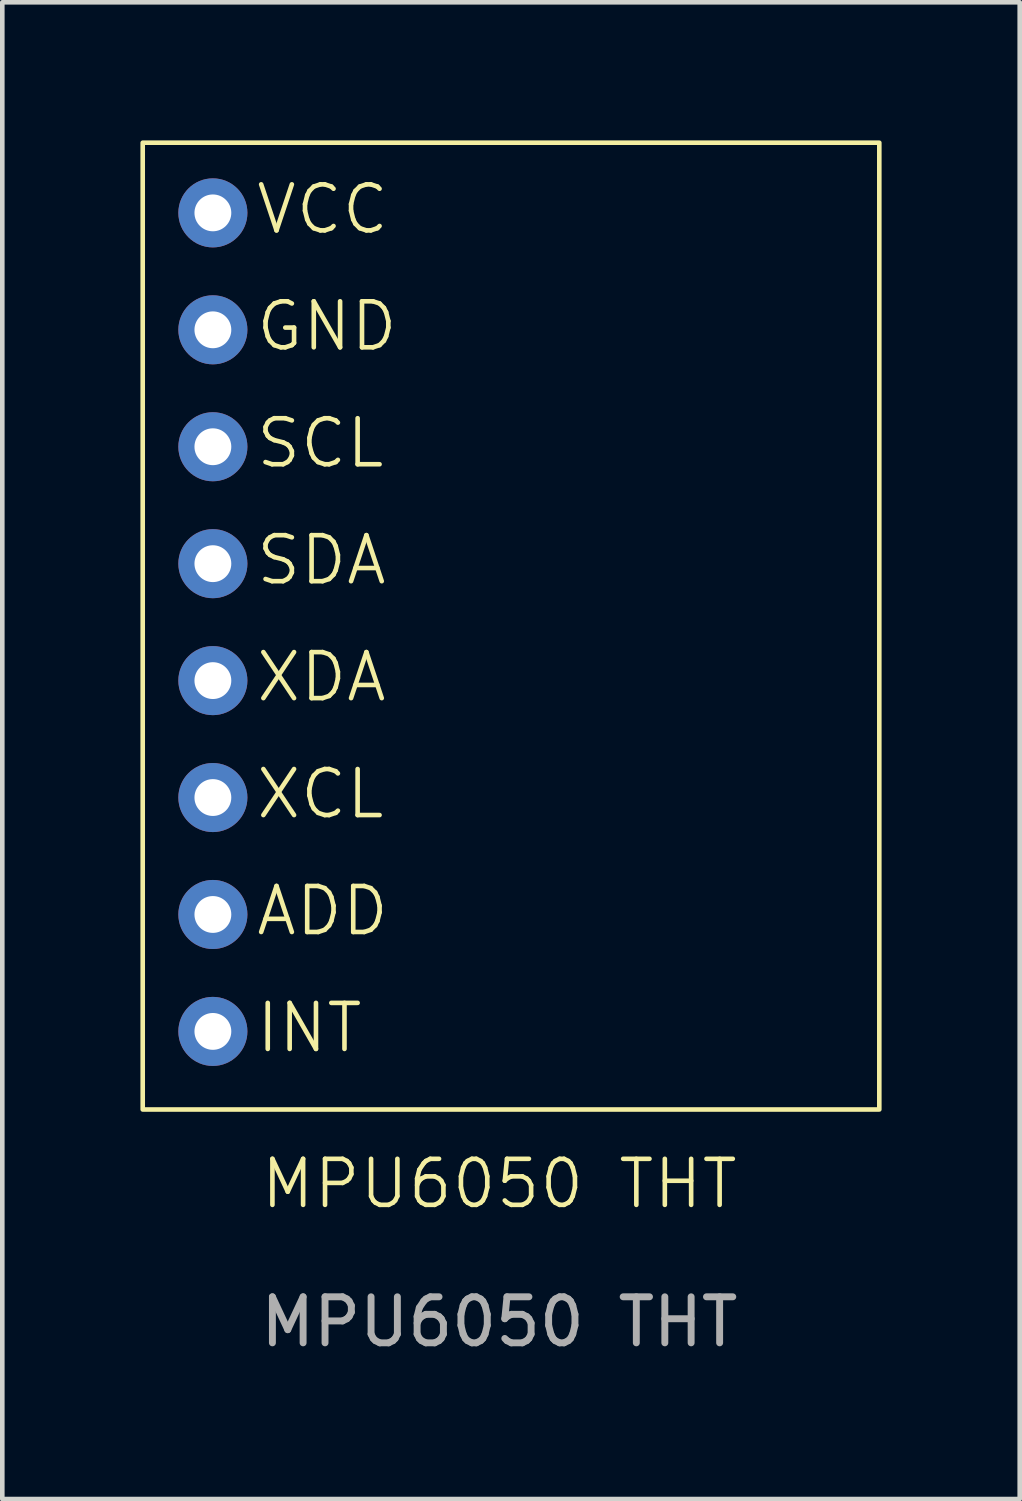
<source format=kicad_pcb>
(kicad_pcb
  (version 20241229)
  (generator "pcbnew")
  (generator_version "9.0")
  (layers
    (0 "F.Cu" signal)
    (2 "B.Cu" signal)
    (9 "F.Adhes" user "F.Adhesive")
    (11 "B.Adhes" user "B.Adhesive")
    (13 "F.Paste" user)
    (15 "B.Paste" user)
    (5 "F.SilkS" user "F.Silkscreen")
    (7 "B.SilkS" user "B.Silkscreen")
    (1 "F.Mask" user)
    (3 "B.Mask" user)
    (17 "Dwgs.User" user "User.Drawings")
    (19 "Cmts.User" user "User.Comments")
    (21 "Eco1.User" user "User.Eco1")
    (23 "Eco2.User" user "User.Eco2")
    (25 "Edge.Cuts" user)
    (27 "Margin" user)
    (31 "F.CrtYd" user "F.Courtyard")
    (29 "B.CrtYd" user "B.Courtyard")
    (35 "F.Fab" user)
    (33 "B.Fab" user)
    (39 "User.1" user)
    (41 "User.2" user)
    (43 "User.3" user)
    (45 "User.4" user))
  (footprint "MPU6050 THT"
    (layer "F.Cu")
    (at 7.796 23.164)
    (property "Reference" "MPU6050 THT" (at 0 -0.5 0) (unlocked yes) (layer "F.SilkS") (effects (font (size 1 1) (thickness 0.1))))
    (attr through_hole)
    (fp_rect (start -7.746 -2.114) (end 8.254 -23.114) (stroke (width 0.1) (type default)) (fill no) (layer "F.SilkS"))
    (fp_text user "XCL" (at -5.334 -8.382 0) (unlocked yes) (layer "F.SilkS") (effects (font (size 1 1) (thickness 0.1)) (justify left bottom)))
    (fp_text user "ADD" (at -5.334 -5.842 0) (unlocked yes) (layer "F.SilkS") (effects (font (size 1 1) (thickness 0.1)) (justify left bottom)))
    (fp_text user "XDA" (at -5.334 -10.922 0) (unlocked yes) (layer "F.SilkS") (effects (font (size 1 1) (thickness 0.1)) (justify left bottom)))
    (fp_text user "SDA" (at -5.334 -13.462 0) (unlocked yes) (layer "F.SilkS") (effects (font (size 1 1) (thickness 0.1)) (justify left bottom)))
    (fp_text user "INT" (at -5.334 -3.302 0) (unlocked yes) (layer "F.SilkS") (effects (font (size 1 1) (thickness 0.1)) (justify left bottom)))
    (fp_text user "SCL" (at -5.334 -16.002 0) (unlocked yes) (layer "F.SilkS") (effects (font (size 1 1) (thickness 0.1)) (justify left bottom)))
    (fp_text user "VCC" (at -5.334 -21.082 0) (unlocked yes) (layer "F.SilkS") (effects (font (size 1 1) (thickness 0.1)) (justify left bottom)))
    (fp_text user "GND" (at -5.334 -18.542 0) (unlocked yes) (layer "F.SilkS") (effects (font (size 1 1) (thickness 0.1)) (justify left bottom)))
    (fp_text user "${REFERENCE}" (at 0 2.5 0) (unlocked yes) (layer "F.Fab") (effects (font (size 1 1) (thickness 0.15))))
    (pad "1" thru_hole circle (at -6.222 -21.59 90) (size 1.5 1.5) (drill 0.8) (layers "*.Cu" "*.Mask"))
    (pad "2" thru_hole circle (at -6.222 -19.05 90) (size 1.5 1.5) (drill 0.8) (layers "*.Cu" "*.Mask"))
    (pad "3" thru_hole circle (at -6.222 -16.51 90) (size 1.5 1.5) (drill 0.8) (layers "*.Cu" "*.Mask"))
    (pad "4" thru_hole circle (at -6.222 -13.97 90) (size 1.5 1.5) (drill 0.8) (layers "*.Cu" "*.Mask"))
    (pad "5" thru_hole circle (at -6.222 -11.43 90) (size 1.5 1.5) (drill 0.8) (layers "*.Cu" "*.Mask"))
    (pad "6" thru_hole circle (at -6.222 -8.89 90) (size 1.5 1.5) (drill 0.8) (layers "*.Cu" "*.Mask"))
    (pad "7" thru_hole circle (at -6.222 -6.35 90) (size 1.5 1.5) (drill 0.8) (layers "*.Cu" "*.Mask"))
    (pad "8" thru_hole circle (at -6.222 -3.81 90) (size 1.5 1.5) (drill 0.8) (layers "*.Cu" "*.Mask")))
  (gr_rect
    (start -3 -3)
    (end 19.1 29.512)
    (stroke (width 0.1) (type default))
    (fill no)
    (layer "Edge.Cuts")))
</source>
